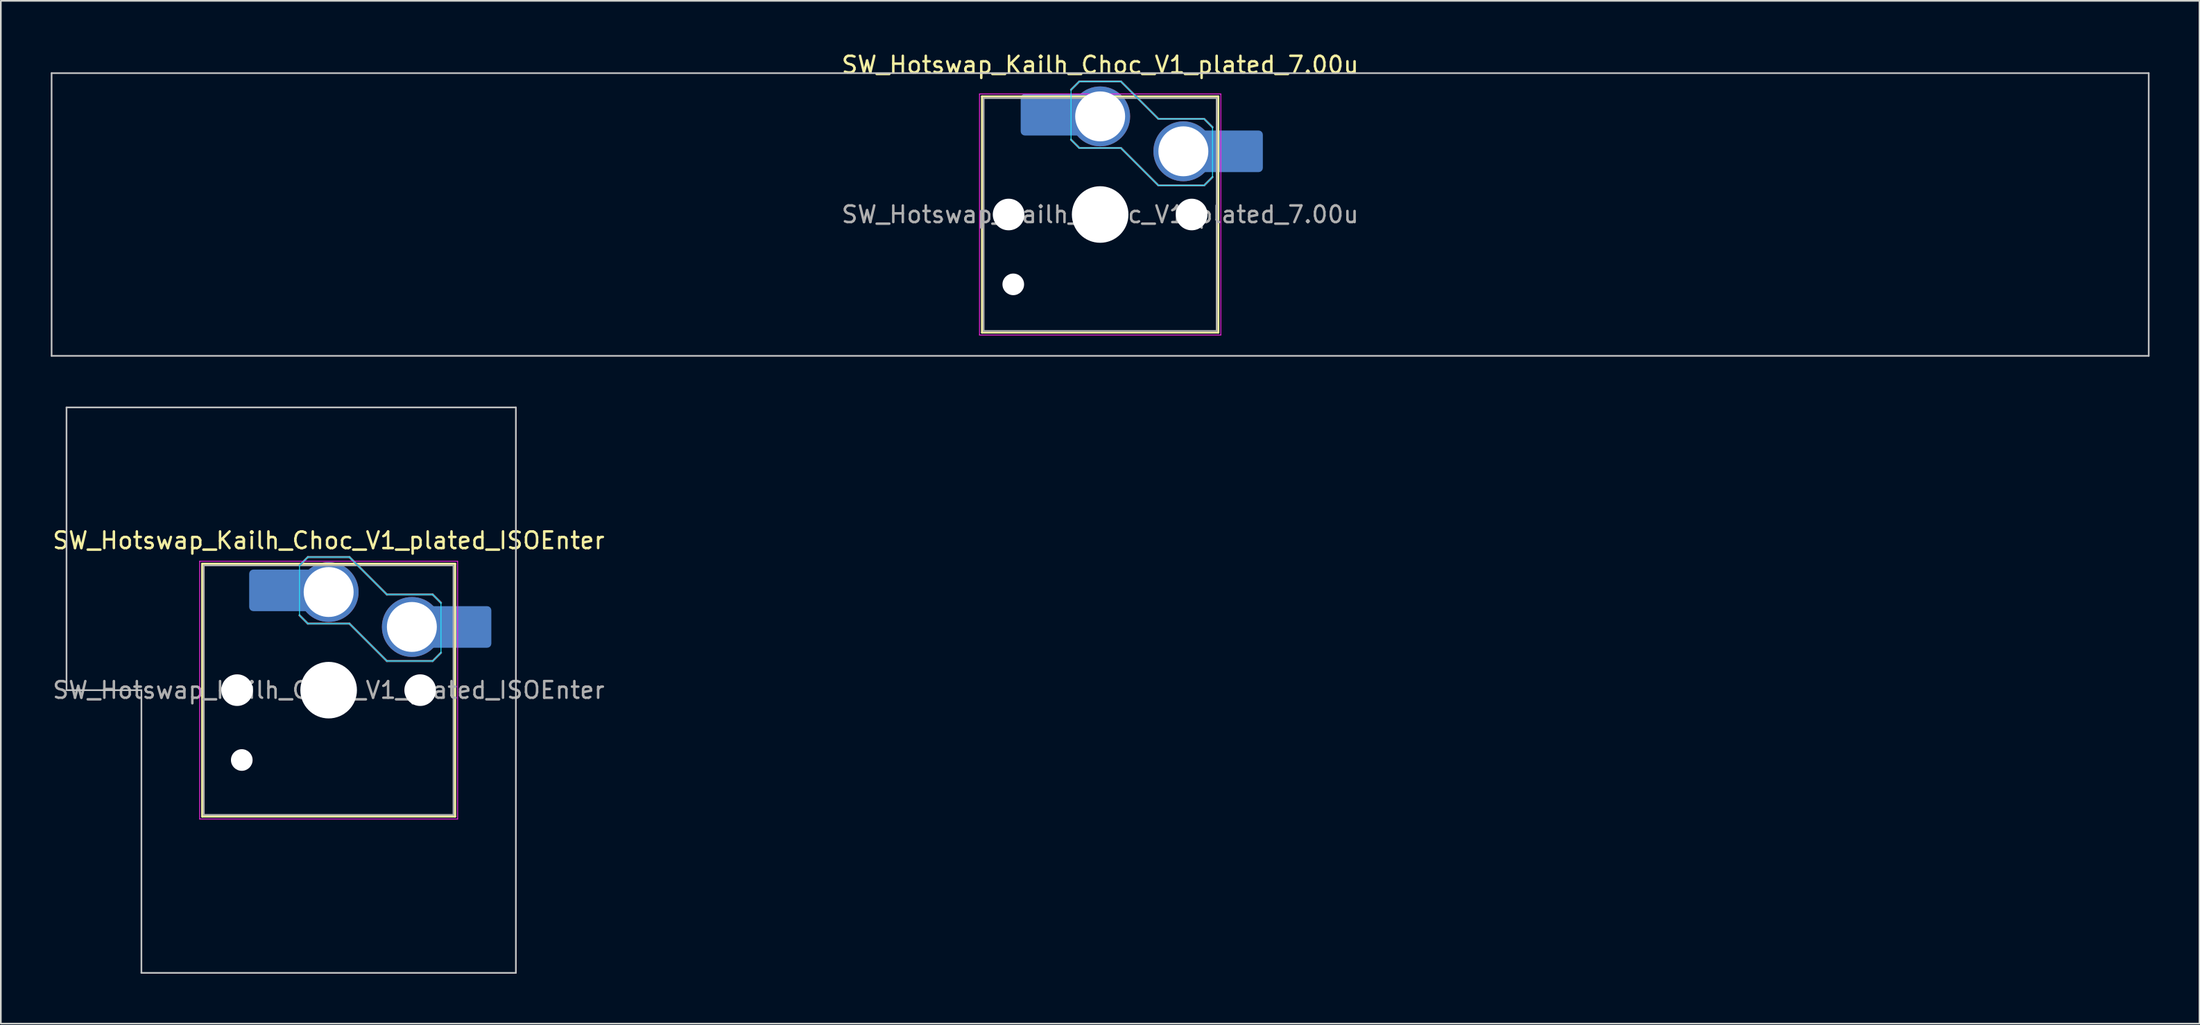
<source format=kicad_pcb>
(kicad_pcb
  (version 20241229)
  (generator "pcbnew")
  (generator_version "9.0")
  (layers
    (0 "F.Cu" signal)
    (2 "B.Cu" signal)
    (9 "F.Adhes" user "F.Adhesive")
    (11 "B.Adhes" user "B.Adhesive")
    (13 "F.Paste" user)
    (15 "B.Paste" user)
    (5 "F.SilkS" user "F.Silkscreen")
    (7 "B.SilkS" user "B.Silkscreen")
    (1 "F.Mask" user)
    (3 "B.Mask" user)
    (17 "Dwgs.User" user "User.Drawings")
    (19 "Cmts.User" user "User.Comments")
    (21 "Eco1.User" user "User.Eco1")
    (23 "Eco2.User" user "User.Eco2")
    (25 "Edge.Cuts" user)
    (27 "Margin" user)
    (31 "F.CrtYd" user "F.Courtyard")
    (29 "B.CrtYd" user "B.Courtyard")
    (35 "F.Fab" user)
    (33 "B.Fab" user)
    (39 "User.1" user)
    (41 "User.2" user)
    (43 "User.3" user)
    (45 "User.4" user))
  (footprint "SW_Hotswap_Kailh_Choc_V1_plated_ISOEnter"
    (layer "F.Cu")
    (at 16.696 38.448)
    (property "Reference" "SW_Hotswap_Kailh_Choc_V1_plated_ISOEnter" (at 0 -9 0) (layer "F.SilkS") (effects (font (size 1 1) (thickness 0.15))))
    (attr smd)
    (fp_line (start -7.6 -7.6) (end -7.6 7.6) (stroke (width 0.12) (type solid)) (layer "F.SilkS"))
    (fp_line (start -7.6 7.6) (end 7.6 7.6) (stroke (width 0.12) (type solid)) (layer "F.SilkS"))
    (fp_line (start 7.6 -7.6) (end -7.6 -7.6) (stroke (width 0.12) (type solid)) (layer "F.SilkS"))
    (fp_line (start 7.6 7.6) (end 7.6 -7.6) (stroke (width 0.12) (type solid)) (layer "F.SilkS"))
    (fp_line (start -1.75 -7.5) (end -1.25 -8) (stroke (width 0.12) (type solid)) (layer "B.SilkS"))
    (fp_line (start -1.25 -8) (end 1.25 -8) (stroke (width 0.12) (type solid)) (layer "B.SilkS"))
    (fp_line (start -1.25 -4) (end -1.75 -4.5) (stroke (width 0.12) (type solid)) (layer "B.SilkS"))
    (fp_line (start 1.25 -8) (end 3.5 -5.75) (stroke (width 0.12) (type solid)) (layer "B.SilkS"))
    (fp_line (start 1.25 -4) (end -1.25 -4) (stroke (width 0.12) (type solid)) (layer "B.SilkS"))
    (fp_line (start 3.5 -5.75) (end 6.25 -5.75) (stroke (width 0.12) (type solid)) (layer "B.SilkS"))
    (fp_line (start 3.5 -1.75) (end 1.25 -4) (stroke (width 0.12) (type solid)) (layer "B.SilkS"))
    (fp_line (start 6.25 -5.75) (end 6.75 -5.25) (stroke (width 0.12) (type solid)) (layer "B.SilkS"))
    (fp_line (start 6.25 -1.75) (end 3.5 -1.75) (stroke (width 0.12) (type solid)) (layer "B.SilkS"))
    (fp_line (start 6.75 -2.25) (end 6.25 -1.75) (stroke (width 0.12) (type solid)) (layer "B.SilkS"))
    (fp_line (start -15.75 -17) (end -15.75 0) (stroke (width 0.1) (type solid)) (layer "Dwgs.User"))
    (fp_line (start -15.75 0) (end -11.25 0) (stroke (width 0.1) (type solid)) (layer "Dwgs.User"))
    (fp_line (start -11.25 0) (end -11.25 17) (stroke (width 0.1) (type solid)) (layer "Dwgs.User"))
    (fp_line (start -11.25 17) (end 11.25 17) (stroke (width 0.1) (type solid)) (layer "Dwgs.User"))
    (fp_line (start 11.25 -17) (end -15.75 -17) (stroke (width 0.1) (type solid)) (layer "Dwgs.User"))
    (fp_line (start 11.25 17) (end 11.25 -17) (stroke (width 0.1) (type solid)) (layer "Dwgs.User"))
    (fp_line (start -7.25 -7.25) (end -7.25 7.25) (stroke (width 0.1) (type solid)) (layer "Eco1.User"))
    (fp_line (start -7.25 7.25) (end 7.25 7.25) (stroke (width 0.1) (type solid)) (layer "Eco1.User"))
    (fp_line (start 7.25 -7.25) (end -7.25 -7.25) (stroke (width 0.1) (type solid)) (layer "Eco1.User"))
    (fp_line (start 7.25 7.25) (end 7.25 -7.25) (stroke (width 0.1) (type solid)) (layer "Eco1.User"))
    (fp_line (start -1.75 -7.5) (end -1.25 -8) (stroke (width 0.05) (type solid)) (layer "B.CrtYd"))
    (fp_line (start -1.75 -4.5) (end -1.75 -7.5) (stroke (width 0.05) (type solid)) (layer "B.CrtYd"))
    (fp_line (start -1.25 -8) (end 1.25 -8) (stroke (width 0.05) (type solid)) (layer "B.CrtYd"))
    (fp_line (start -1.25 -4) (end -1.75 -4.5) (stroke (width 0.05) (type solid)) (layer "B.CrtYd"))
    (fp_line (start 1.25 -8) (end 3.5 -5.75) (stroke (width 0.05) (type solid)) (layer "B.CrtYd"))
    (fp_line (start 1.25 -4) (end -1.25 -4) (stroke (width 0.05) (type solid)) (layer "B.CrtYd"))
    (fp_line (start 3.5 -5.75) (end 6.25 -5.75) (stroke (width 0.05) (type solid)) (layer "B.CrtYd"))
    (fp_line (start 3.5 -1.75) (end 1.25 -4) (stroke (width 0.05) (type solid)) (layer "B.CrtYd"))
    (fp_line (start 6.25 -5.75) (end 6.75 -5.25) (stroke (width 0.05) (type solid)) (layer "B.CrtYd"))
    (fp_line (start 6.25 -1.75) (end 3.5 -1.75) (stroke (width 0.05) (type solid)) (layer "B.CrtYd"))
    (fp_line (start 6.75 -5.25) (end 6.75 -2.25) (stroke (width 0.05) (type solid)) (layer "B.CrtYd"))
    (fp_line (start 6.75 -2.25) (end 6.25 -1.75) (stroke (width 0.05) (type solid)) (layer "B.CrtYd"))
    (fp_line (start -7.75 -7.75) (end -7.75 7.75) (stroke (width 0.05) (type solid)) (layer "F.CrtYd"))
    (fp_line (start -7.75 7.75) (end 7.75 7.75) (stroke (width 0.05) (type solid)) (layer "F.CrtYd"))
    (fp_line (start 7.75 -7.75) (end -7.75 -7.75) (stroke (width 0.05) (type solid)) (layer "F.CrtYd"))
    (fp_line (start 7.75 7.75) (end 7.75 -7.75) (stroke (width 0.05) (type solid)) (layer "F.CrtYd"))
    (fp_line (start -1.75 -7.5) (end -1.25 -8) (stroke (width 0.1) (type solid)) (layer "B.Fab"))
    (fp_line (start -1.25 -8) (end 1.25 -8) (stroke (width 0.1) (type solid)) (layer "B.Fab"))
    (fp_line (start -1.25 -4) (end -1.75 -4.5) (stroke (width 0.1) (type solid)) (layer "B.Fab"))
    (fp_line (start 1.25 -8) (end 3.5 -5.75) (stroke (width 0.1) (type solid)) (layer "B.Fab"))
    (fp_line (start 1.25 -4) (end -1.25 -4) (stroke (width 0.1) (type solid)) (layer "B.Fab"))
    (fp_line (start 3.5 -5.75) (end 6.25 -5.75) (stroke (width 0.1) (type solid)) (layer "B.Fab"))
    (fp_line (start 3.5 -1.75) (end 1.25 -4) (stroke (width 0.1) (type solid)) (layer "B.Fab"))
    (fp_line (start 6.25 -5.75) (end 6.75 -5.25) (stroke (width 0.1) (type solid)) (layer "B.Fab"))
    (fp_line (start 6.25 -1.75) (end 3.5 -1.75) (stroke (width 0.1) (type solid)) (layer "B.Fab"))
    (fp_line (start 6.75 -2.25) (end 6.25 -1.75) (stroke (width 0.1) (type solid)) (layer "B.Fab"))
    (fp_line (start -7.5 -7.5) (end -7.5 7.5) (stroke (width 0.1) (type solid)) (layer "F.Fab"))
    (fp_line (start -7.5 7.5) (end 7.5 7.5) (stroke (width 0.1) (type solid)) (layer "F.Fab"))
    (fp_line (start 7.5 -7.5) (end -7.5 -7.5) (stroke (width 0.1) (type solid)) (layer "F.Fab"))
    (fp_line (start 7.5 7.5) (end 7.5 -7.5) (stroke (width 0.1) (type solid)) (layer "F.Fab"))
    (fp_text user "${REFERENCE}" (at 0 0 0) (layer "F.Fab") (effects (font (size 1 1) (thickness 0.15))))
    (pad "" np_thru_hole circle (at -5.5 0) (size 1.9 1.9) (drill 1.9) (layers "*.Cu" "*.Mask"))
    (pad "" np_thru_hole circle (at -5.22 4.2) (size 1.3 1.3) (drill 1.3) (layers "*.Cu" "*.Mask"))
    (pad "" smd roundrect (at -3.5 -6) (size 2.55 2.5) (layers "B.Mask" "B.Paste") (roundrect_rratio 0.1))
    (pad "" np_thru_hole circle (at 0 0) (size 3.4 3.4) (drill 3.4) (layers "*.Cu" "*.Mask"))
    (pad "" np_thru_hole circle (at 5.5 0) (size 1.9 1.9) (drill 1.9) (layers "*.Cu" "*.Mask"))
    (pad "" smd roundrect (at 8.5 -3.8) (size 2.55 2.5) (layers "B.Mask" "B.Paste") (roundrect_rratio 0.1))
    (pad "1" smd roundrect (at -2.85 -6) (size 3.85 2.5) (layers "B.Cu") (roundrect_rratio 0.1))
    (pad "1" thru_hole circle (at 0 -5.9) (size 3.6 3.6) (drill 3) (layers "*.Cu" "B.Mask"))
    (pad "2" thru_hole circle (at 5 -3.8) (size 3.6 3.6) (drill 3) (layers "*.Cu" "B.Mask"))
    (pad "2" smd roundrect (at 7.85 -3.8) (size 3.85 2.5) (layers "B.Cu") (roundrect_rratio 0.1)))
  (footprint "SW_Hotswap_Kailh_Choc_V1_plated_7.00u"
    (layer "F.Cu")
    (at 63.05 9.848)
    (property "Reference" "SW_Hotswap_Kailh_Choc_V1_plated_7.00u" (at 0 -9 0) (layer "F.SilkS") (effects (font (size 1 1) (thickness 0.15))))
    (attr smd)
    (fp_line (start -7.1 -7.1) (end -7.1 7.1) (stroke (width 0.12) (type solid)) (layer "F.SilkS"))
    (fp_line (start -7.1 7.1) (end 7.1 7.1) (stroke (width 0.12) (type solid)) (layer "F.SilkS"))
    (fp_line (start 7.1 -7.1) (end -7.1 -7.1) (stroke (width 0.12) (type solid)) (layer "F.SilkS"))
    (fp_line (start 7.1 7.1) (end 7.1 -7.1) (stroke (width 0.12) (type solid)) (layer "F.SilkS"))
    (fp_line (start -1.75 -7.5) (end -1.25 -8) (stroke (width 0.12) (type solid)) (layer "B.SilkS"))
    (fp_line (start -1.25 -8) (end 1.25 -8) (stroke (width 0.12) (type solid)) (layer "B.SilkS"))
    (fp_line (start -1.25 -4) (end -1.75 -4.5) (stroke (width 0.12) (type solid)) (layer "B.SilkS"))
    (fp_line (start 1.25 -8) (end 3.5 -5.75) (stroke (width 0.12) (type solid)) (layer "B.SilkS"))
    (fp_line (start 1.25 -4) (end -1.25 -4) (stroke (width 0.12) (type solid)) (layer "B.SilkS"))
    (fp_line (start 3.5 -5.75) (end 6.25 -5.75) (stroke (width 0.12) (type solid)) (layer "B.SilkS"))
    (fp_line (start 3.5 -1.75) (end 1.25 -4) (stroke (width 0.12) (type solid)) (layer "B.SilkS"))
    (fp_line (start 6.25 -5.75) (end 6.75 -5.25) (stroke (width 0.12) (type solid)) (layer "B.SilkS"))
    (fp_line (start 6.25 -1.75) (end 3.5 -1.75) (stroke (width 0.12) (type solid)) (layer "B.SilkS"))
    (fp_line (start 6.75 -2.25) (end 6.25 -1.75) (stroke (width 0.12) (type solid)) (layer "B.SilkS"))
    (fp_line (start -63 -8.5) (end -63 8.5) (stroke (width 0.1) (type solid)) (layer "Dwgs.User"))
    (fp_line (start -63 8.5) (end 63 8.5) (stroke (width 0.1) (type solid)) (layer "Dwgs.User"))
    (fp_line (start 63 -8.5) (end -63 -8.5) (stroke (width 0.1) (type solid)) (layer "Dwgs.User"))
    (fp_line (start 63 8.5) (end 63 -8.5) (stroke (width 0.1) (type solid)) (layer "Dwgs.User"))
    (fp_line (start -1.75 -7.5) (end -1.25 -8) (stroke (width 0.05) (type solid)) (layer "B.CrtYd"))
    (fp_line (start -1.75 -4.5) (end -1.75 -7.5) (stroke (width 0.05) (type solid)) (layer "B.CrtYd"))
    (fp_line (start -1.25 -8) (end 1.25 -8) (stroke (width 0.05) (type solid)) (layer "B.CrtYd"))
    (fp_line (start -1.25 -4) (end -1.75 -4.5) (stroke (width 0.05) (type solid)) (layer "B.CrtYd"))
    (fp_line (start 1.25 -8) (end 3.5 -5.75) (stroke (width 0.05) (type solid)) (layer "B.CrtYd"))
    (fp_line (start 1.25 -4) (end -1.25 -4) (stroke (width 0.05) (type solid)) (layer "B.CrtYd"))
    (fp_line (start 3.5 -5.75) (end 6.25 -5.75) (stroke (width 0.05) (type solid)) (layer "B.CrtYd"))
    (fp_line (start 3.5 -1.75) (end 1.25 -4) (stroke (width 0.05) (type solid)) (layer "B.CrtYd"))
    (fp_line (start 6.25 -5.75) (end 6.75 -5.25) (stroke (width 0.05) (type solid)) (layer "B.CrtYd"))
    (fp_line (start 6.25 -1.75) (end 3.5 -1.75) (stroke (width 0.05) (type solid)) (layer "B.CrtYd"))
    (fp_line (start 6.75 -5.25) (end 6.75 -2.25) (stroke (width 0.05) (type solid)) (layer "B.CrtYd"))
    (fp_line (start 6.75 -2.25) (end 6.25 -1.75) (stroke (width 0.05) (type solid)) (layer "B.CrtYd"))
    (fp_line (start -7.25 -7.25) (end -7.25 7.25) (stroke (width 0.05) (type solid)) (layer "F.CrtYd"))
    (fp_line (start -7.25 7.25) (end 7.25 7.25) (stroke (width 0.05) (type solid)) (layer "F.CrtYd"))
    (fp_line (start 7.25 -7.25) (end -7.25 -7.25) (stroke (width 0.05) (type solid)) (layer "F.CrtYd"))
    (fp_line (start 7.25 7.25) (end 7.25 -7.25) (stroke (width 0.05) (type solid)) (layer "F.CrtYd"))
    (fp_line (start -1.75 -7.5) (end -1.25 -8) (stroke (width 0.1) (type solid)) (layer "B.Fab"))
    (fp_line (start -1.25 -8) (end 1.25 -8) (stroke (width 0.1) (type solid)) (layer "B.Fab"))
    (fp_line (start -1.25 -4) (end -1.75 -4.5) (stroke (width 0.1) (type solid)) (layer "B.Fab"))
    (fp_line (start 1.25 -8) (end 3.5 -5.75) (stroke (width 0.1) (type solid)) (layer "B.Fab"))
    (fp_line (start 1.25 -4) (end -1.25 -4) (stroke (width 0.1) (type solid)) (layer "B.Fab"))
    (fp_line (start 3.5 -5.75) (end 6.25 -5.75) (stroke (width 0.1) (type solid)) (layer "B.Fab"))
    (fp_line (start 3.5 -1.75) (end 1.25 -4) (stroke (width 0.1) (type solid)) (layer "B.Fab"))
    (fp_line (start 6.25 -5.75) (end 6.75 -5.25) (stroke (width 0.1) (type solid)) (layer "B.Fab"))
    (fp_line (start 6.25 -1.75) (end 3.5 -1.75) (stroke (width 0.1) (type solid)) (layer "B.Fab"))
    (fp_line (start 6.75 -2.25) (end 6.25 -1.75) (stroke (width 0.1) (type solid)) (layer "B.Fab"))
    (fp_line (start -7 -7) (end -7 7) (stroke (width 0.1) (type solid)) (layer "F.Fab"))
    (fp_line (start -7 7) (end 7 7) (stroke (width 0.1) (type solid)) (layer "F.Fab"))
    (fp_line (start 7 -7) (end -7 -7) (stroke (width 0.1) (type solid)) (layer "F.Fab"))
    (fp_line (start 7 7) (end 7 -7) (stroke (width 0.1) (type solid)) (layer "F.Fab"))
    (fp_text user "${REFERENCE}" (at 0 0 0) (layer "F.Fab") (effects (font (size 1 1) (thickness 0.15))))
    (pad "" np_thru_hole circle (at -5.5 0) (size 1.9 1.9) (drill 1.9) (layers "*.Cu" "*.Mask"))
    (pad "" np_thru_hole circle (at -5.22 4.2) (size 1.3 1.3) (drill 1.3) (layers "*.Cu" "*.Mask"))
    (pad "" smd roundrect (at -3.5 -6) (size 2.55 2.5) (layers "B.Mask" "B.Paste") (roundrect_rratio 0.1))
    (pad "" np_thru_hole circle (at 0 0) (size 3.4 3.4) (drill 3.4) (layers "*.Cu" "*.Mask"))
    (pad "" np_thru_hole circle (at 5.5 0) (size 1.9 1.9) (drill 1.9) (layers "*.Cu" "*.Mask"))
    (pad "" smd roundrect (at 8.5 -3.8) (size 2.55 2.5) (layers "B.Mask" "B.Paste") (roundrect_rratio 0.1))
    (pad "1" smd roundrect (at -2.85 -6) (size 3.85 2.5) (layers "B.Cu") (roundrect_rratio 0.1))
    (pad "1" thru_hole circle (at 0 -5.9) (size 3.6 3.6) (drill 3) (layers "*.Cu" "B.Mask"))
    (pad "2" thru_hole circle (at 5 -3.8) (size 3.6 3.6) (drill 3) (layers "*.Cu" "B.Mask"))
    (pad "2" smd roundrect (at 7.85 -3.8) (size 3.85 2.5) (layers "B.Cu") (roundrect_rratio 0.1)))
  (gr_rect
    (start -3 -3)
    (end 129.1 58.498)
    (stroke (width 0.1) (type default))
    (fill no)
    (layer "Edge.Cuts")))
</source>
